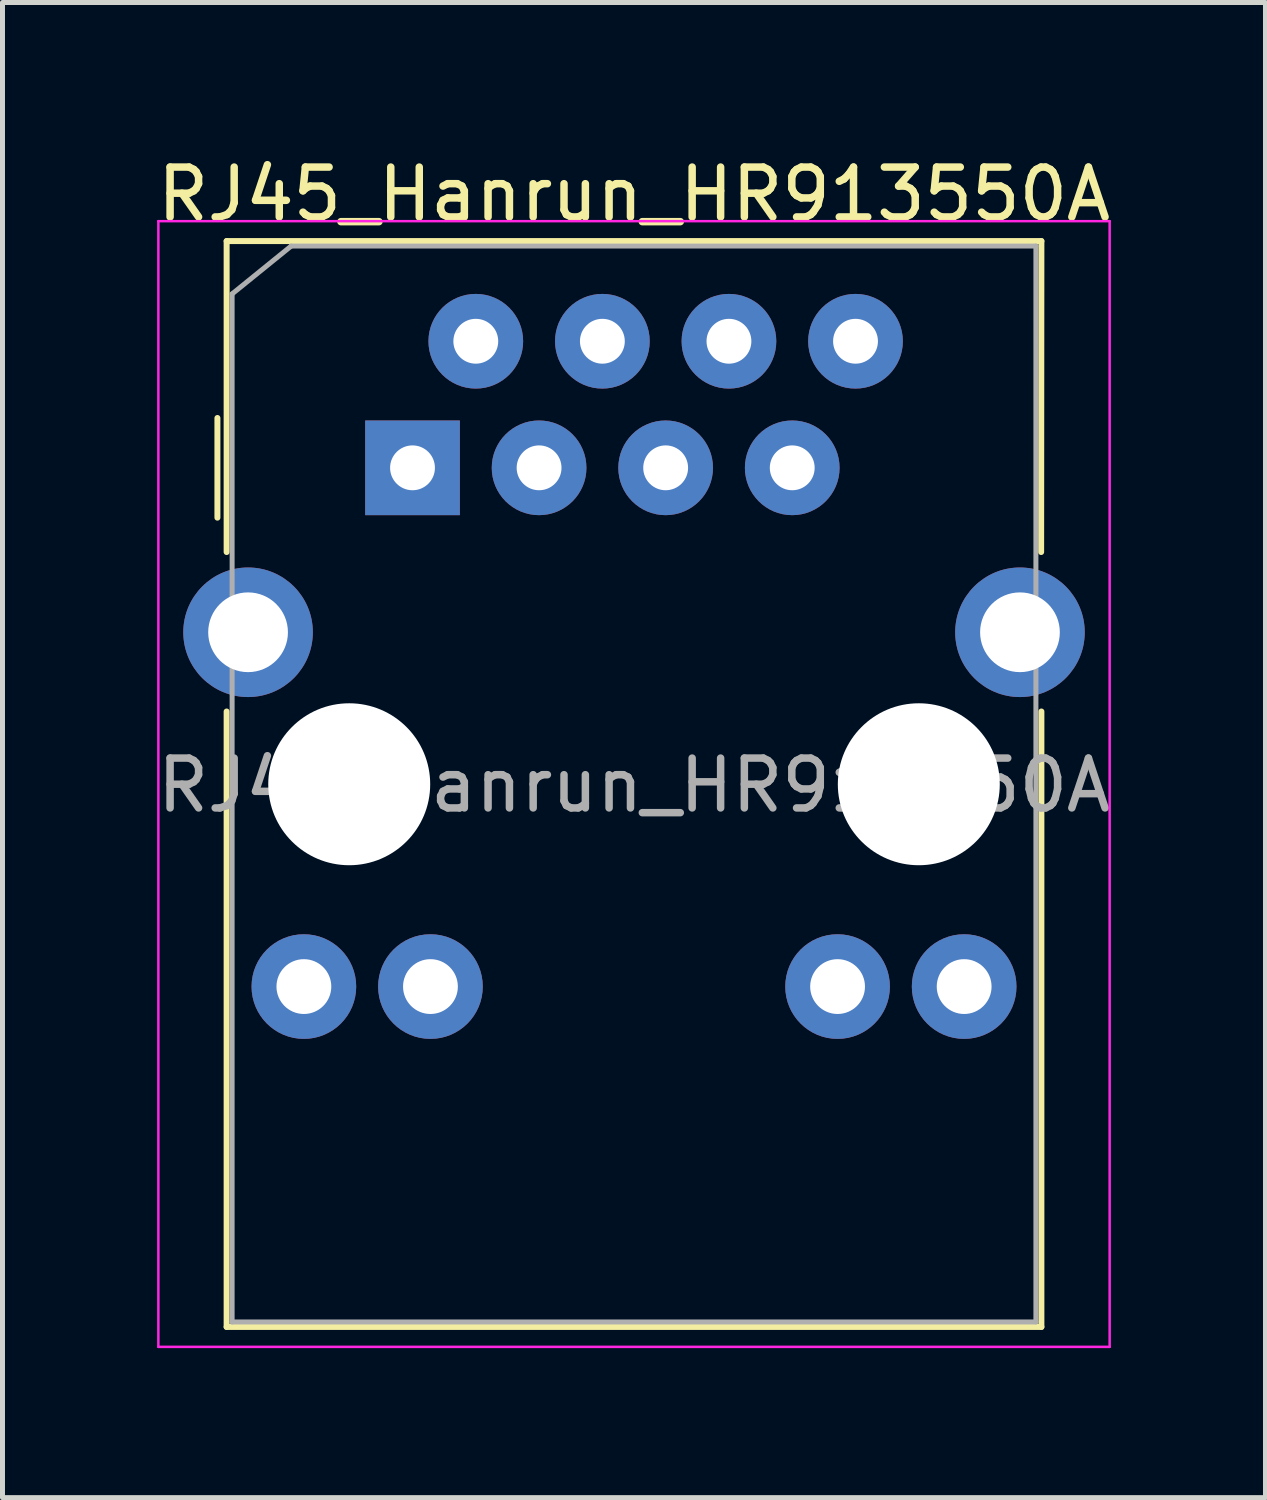
<source format=kicad_pcb>
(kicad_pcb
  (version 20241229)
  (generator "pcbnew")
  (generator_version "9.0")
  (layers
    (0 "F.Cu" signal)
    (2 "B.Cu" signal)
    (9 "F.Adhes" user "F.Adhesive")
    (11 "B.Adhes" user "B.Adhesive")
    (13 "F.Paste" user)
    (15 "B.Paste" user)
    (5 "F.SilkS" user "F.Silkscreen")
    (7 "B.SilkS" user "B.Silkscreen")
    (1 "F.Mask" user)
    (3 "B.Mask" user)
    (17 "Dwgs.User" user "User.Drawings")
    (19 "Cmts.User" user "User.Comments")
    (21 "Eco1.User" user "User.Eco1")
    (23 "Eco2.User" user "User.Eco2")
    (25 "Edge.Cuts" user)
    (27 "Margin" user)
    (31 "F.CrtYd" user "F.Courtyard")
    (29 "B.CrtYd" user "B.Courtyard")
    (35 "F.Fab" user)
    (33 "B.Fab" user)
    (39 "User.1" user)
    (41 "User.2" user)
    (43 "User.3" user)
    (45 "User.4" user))
  (footprint "RJ45_Hanrun_HR913550A"
    (layer "F.Cu")
    (at 5.228 6.338)
    (property "Reference" "RJ45_Hanrun_HR913550A" (at 4.445 -5.49 0) (layer "F.SilkS") (effects (font (size 1 1) (thickness 0.15))))
    (attr through_hole)
    (fp_line (start -3.915 -1) (end -3.915 1) (stroke (width 0.12) (type solid)) (layer "F.SilkS"))
    (fp_line (start -3.73 -4.55) (end 12.62 -4.55) (stroke (width 0.12) (type solid)) (layer "F.SilkS"))
    (fp_line (start -3.73 1.69) (end -3.73 -4.55) (stroke (width 0.12) (type solid)) (layer "F.SilkS"))
    (fp_line (start -3.73 17.24) (end -3.73 4.89) (stroke (width 0.12) (type solid)) (layer "F.SilkS"))
    (fp_line (start 12.62 -4.55) (end 12.615 1.69) (stroke (width 0.12) (type solid)) (layer "F.SilkS"))
    (fp_line (start 12.62 4.89) (end 12.62 17.24) (stroke (width 0.12) (type solid)) (layer "F.SilkS"))
    (fp_line (start 12.62 17.24) (end -3.73 17.24) (stroke (width 0.12) (type solid)) (layer "F.SilkS"))
    (fp_line (start -5.1 -4.95) (end -5.1 17.64) (stroke (width 0.05) (type solid)) (layer "F.CrtYd"))
    (fp_line (start -5.1 17.64) (end 13.99 17.64) (stroke (width 0.05) (type solid)) (layer "F.CrtYd"))
    (fp_line (start 13.99 -4.95) (end -5.1 -4.95) (stroke (width 0.05) (type solid)) (layer "F.CrtYd"))
    (fp_line (start 13.99 17.64) (end 13.99 -4.95) (stroke (width 0.05) (type solid)) (layer "F.CrtYd"))
    (fp_line (start -3.62 -3.49) (end -2.435 -4.45) (stroke (width 0.1) (type solid)) (layer "F.Fab"))
    (fp_line (start -3.62 17.14) (end -3.62 -3.49) (stroke (width 0.1) (type solid)) (layer "F.Fab"))
    (fp_line (start -2.435 -4.45) (end 12.51 -4.45) (stroke (width 0.1) (type solid)) (layer "F.Fab"))
    (fp_line (start 12.51 -4.45) (end 12.51 17.14) (stroke (width 0.1) (type solid)) (layer "F.Fab"))
    (fp_line (start 12.51 17.14) (end -3.62 17.14) (stroke (width 0.1) (type solid)) (layer "F.Fab"))
    (fp_text user "${REFERENCE}" (at 4.445 6.37 0) (layer "F.Fab") (effects (font (size 1 1) (thickness 0.15))))
    (pad "" np_thru_hole circle (at -1.27 6.35) (size 3.25 3.25) (drill 3.25) (layers "*.Cu" "*.Mask"))
    (pad "" np_thru_hole circle (at 10.16 6.35) (size 3.25 3.25) (drill 3.25) (layers "*.Cu" "*.Mask"))
    (pad "1" thru_hole rect (at 0 0) (size 1.9 1.9) (drill 0.9) (layers "*.Cu" "*.Mask"))
    (pad "2" thru_hole circle (at 1.27 -2.54) (size 1.9 1.9) (drill 0.9) (layers "*.Cu" "*.Mask"))
    (pad "3" thru_hole circle (at 2.54 0) (size 1.9 1.9) (drill 0.9) (layers "*.Cu" "*.Mask"))
    (pad "4" thru_hole circle (at 3.81 -2.54) (size 1.9 1.9) (drill 0.9) (layers "*.Cu" "*.Mask"))
    (pad "5" thru_hole circle (at 5.08 0) (size 1.9 1.9) (drill 0.9) (layers "*.Cu" "*.Mask"))
    (pad "6" thru_hole circle (at 6.35 -2.54) (size 1.9 1.9) (drill 0.9) (layers "*.Cu" "*.Mask"))
    (pad "7" thru_hole circle (at 7.62 0) (size 1.9 1.9) (drill 0.9) (layers "*.Cu" "*.Mask"))
    (pad "8" thru_hole circle (at 8.89 -2.54) (size 1.9 1.9) (drill 0.9) (layers "*.Cu" "*.Mask"))
    (pad "9" thru_hole circle (at -2.18 10.41) (size 2.1 2.1) (drill 1.1) (layers "*.Cu" "*.Mask"))
    (pad "10" thru_hole circle (at 0.36 10.41) (size 2.1 2.1) (drill 1.1) (layers "*.Cu" "*.Mask"))
    (pad "11" thru_hole circle (at 8.53 10.41) (size 2.1 2.1) (drill 1.1) (layers "*.Cu" "*.Mask"))
    (pad "12" thru_hole circle (at 11.07 10.41) (size 2.1 2.1) (drill 1.1) (layers "*.Cu" "*.Mask"))
    (pad "SH" thru_hole circle (at -3.3 3.3) (size 2.6 2.6) (drill 1.6) (layers "*.Cu" "*.Mask"))
    (pad "SH" thru_hole circle (at 12.19 3.3) (size 2.6 2.6) (drill 1.6) (layers "*.Cu" "*.Mask")))
  (gr_rect
    (start -3 -3)
    (end 22.345 27.003)
    (stroke (width 0.1) (type default))
    (fill no)
    (layer "Edge.Cuts")))
</source>
